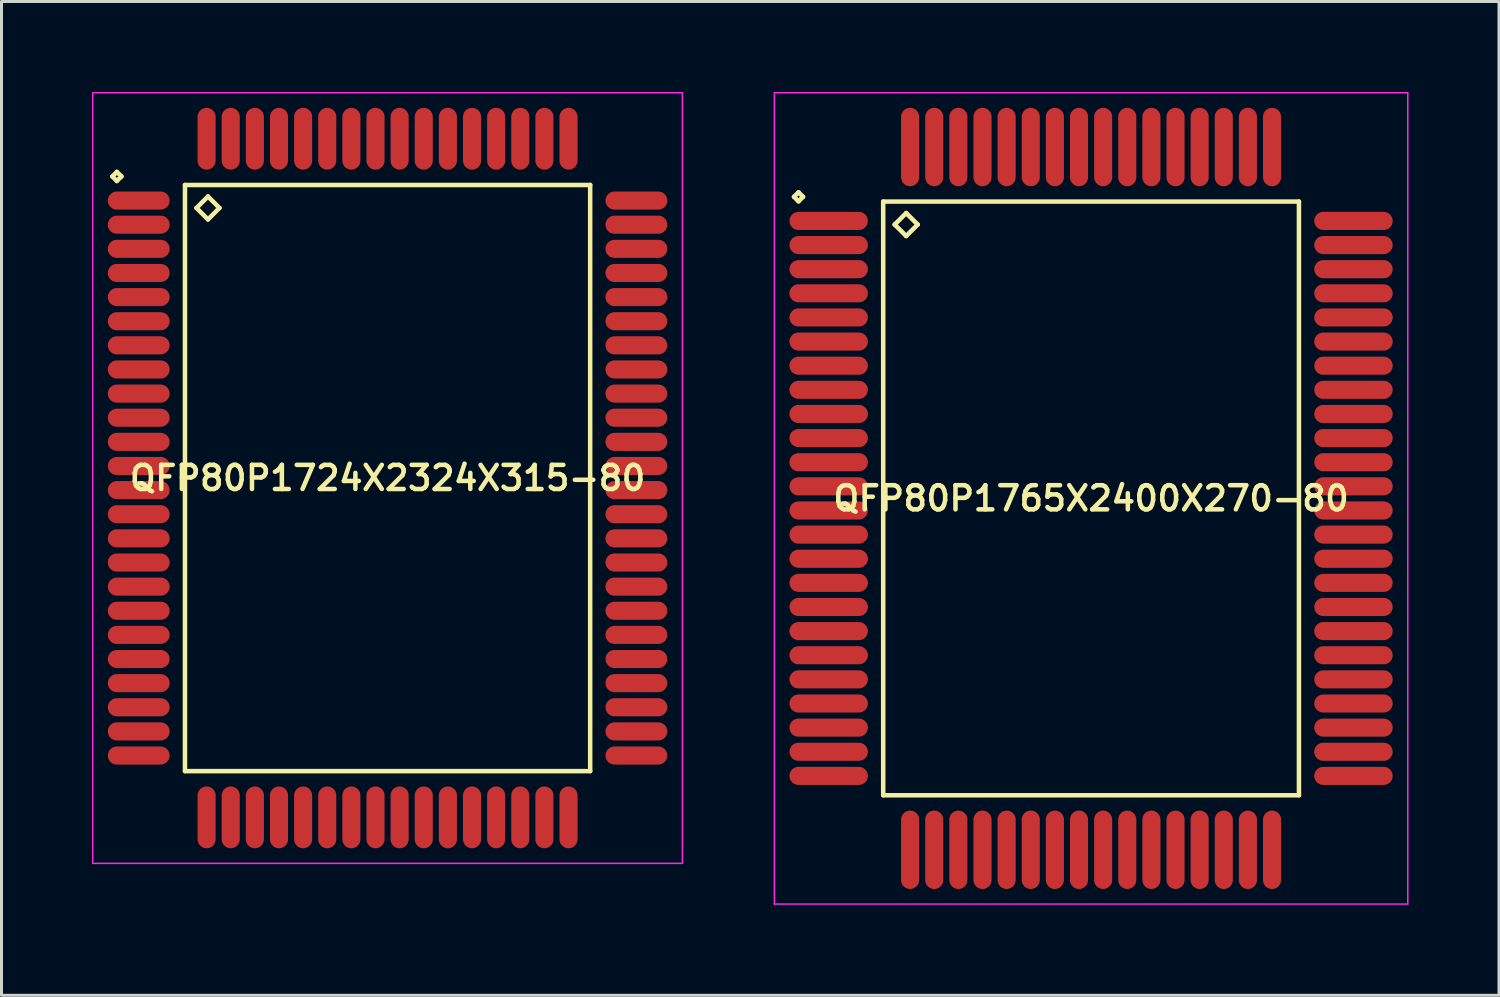
<source format=kicad_pcb>
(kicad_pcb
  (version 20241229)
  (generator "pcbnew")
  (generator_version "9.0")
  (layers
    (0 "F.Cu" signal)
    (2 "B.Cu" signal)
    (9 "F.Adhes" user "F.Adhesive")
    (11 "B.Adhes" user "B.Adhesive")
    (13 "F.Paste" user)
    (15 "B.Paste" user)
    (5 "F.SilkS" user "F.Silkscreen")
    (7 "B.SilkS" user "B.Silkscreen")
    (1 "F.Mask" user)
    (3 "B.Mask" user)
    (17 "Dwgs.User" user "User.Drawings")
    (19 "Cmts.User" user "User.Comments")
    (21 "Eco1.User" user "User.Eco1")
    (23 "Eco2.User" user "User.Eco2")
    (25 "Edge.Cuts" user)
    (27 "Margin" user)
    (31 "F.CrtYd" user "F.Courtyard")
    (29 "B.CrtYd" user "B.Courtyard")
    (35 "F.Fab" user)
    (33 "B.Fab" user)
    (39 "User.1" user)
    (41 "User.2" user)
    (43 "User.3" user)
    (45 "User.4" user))
  (footprint "QFP80P1724X2324X315-80"
    (layer "F.Cu")
    (at 9.8 12.8)
    (property "Reference" "QFP80P1724X2324X315-80" (at 0 0 0) (layer "F.SilkS") (effects (font (size 0.8 0.8) (thickness 0.15))))
    (attr smd)
    (fp_line (start -9.125 -10) (end -8.975 -10.15) (stroke (width 0.15) (type solid)) (layer "F.SilkS"))
    (fp_line (start -8.975 -10.15) (end -8.825 -10) (stroke (width 0.15) (type solid)) (layer "F.SilkS"))
    (fp_line (start -8.975 -9.85) (end -9.125 -10) (stroke (width 0.15) (type solid)) (layer "F.SilkS"))
    (fp_line (start -8.825 -10) (end -8.975 -9.85) (stroke (width 0.15) (type solid)) (layer "F.SilkS"))
    (fp_line (start -6.717 -9.717) (end -6.717 9.717) (stroke (width 0.15) (type solid)) (layer "F.SilkS"))
    (fp_line (start -6.717 9.717) (end 6.717 9.717) (stroke (width 0.15) (type solid)) (layer "F.SilkS"))
    (fp_line (start -6.336 -8.955) (end -5.955 -9.336) (stroke (width 0.15) (type solid)) (layer "F.SilkS"))
    (fp_line (start -5.955 -9.336) (end -5.574 -8.955) (stroke (width 0.15) (type solid)) (layer "F.SilkS"))
    (fp_line (start -5.955 -8.574) (end -6.336 -8.955) (stroke (width 0.15) (type solid)) (layer "F.SilkS"))
    (fp_line (start -5.574 -8.955) (end -5.955 -8.574) (stroke (width 0.15) (type solid)) (layer "F.SilkS"))
    (fp_line (start 6.717 -9.717) (end -6.717 -9.717) (stroke (width 0.15) (type solid)) (layer "F.SilkS"))
    (fp_line (start 6.717 9.717) (end 6.717 -9.717) (stroke (width 0.15) (type solid)) (layer "F.SilkS"))
    (fp_line (start -9.775 -12.775) (end 9.775 -12.775) (stroke (width 0.05) (type solid)) (layer "F.CrtYd"))
    (fp_line (start -9.775 12.775) (end -9.775 -12.775) (stroke (width 0.05) (type solid)) (layer "F.CrtYd"))
    (fp_line (start 9.775 -12.775) (end 9.775 12.775) (stroke (width 0.05) (type solid)) (layer "F.CrtYd"))
    (fp_line (start 9.775 12.775) (end -9.775 12.775) (stroke (width 0.05) (type solid)) (layer "F.CrtYd"))
    (pad "1" smd oval (at -8.25 -9.2) (size 2.05 0.6) (layers "F.Cu" "F.Mask" "F.Paste"))
    (pad "2" smd oval (at -8.25 -8.4) (size 2.05 0.6) (layers "F.Cu" "F.Mask" "F.Paste"))
    (pad "3" smd oval (at -8.25 -7.6) (size 2.05 0.6) (layers "F.Cu" "F.Mask" "F.Paste"))
    (pad "4" smd oval (at -8.25 -6.8) (size 2.05 0.6) (layers "F.Cu" "F.Mask" "F.Paste"))
    (pad "5" smd oval (at -8.25 -6) (size 2.05 0.6) (layers "F.Cu" "F.Mask" "F.Paste"))
    (pad "6" smd oval (at -8.25 -5.2) (size 2.05 0.6) (layers "F.Cu" "F.Mask" "F.Paste"))
    (pad "7" smd oval (at -8.25 -4.4) (size 2.05 0.6) (layers "F.Cu" "F.Mask" "F.Paste"))
    (pad "8" smd oval (at -8.25 -3.6) (size 2.05 0.6) (layers "F.Cu" "F.Mask" "F.Paste"))
    (pad "9" smd oval (at -8.25 -2.8) (size 2.05 0.6) (layers "F.Cu" "F.Mask" "F.Paste"))
    (pad "10" smd oval (at -8.25 -2) (size 2.05 0.6) (layers "F.Cu" "F.Mask" "F.Paste"))
    (pad "11" smd oval (at -8.25 -1.2) (size 2.05 0.6) (layers "F.Cu" "F.Mask" "F.Paste"))
    (pad "12" smd oval (at -8.25 -0.4) (size 2.05 0.6) (layers "F.Cu" "F.Mask" "F.Paste"))
    (pad "13" smd oval (at -8.25 0.4) (size 2.05 0.6) (layers "F.Cu" "F.Mask" "F.Paste"))
    (pad "14" smd oval (at -8.25 1.2) (size 2.05 0.6) (layers "F.Cu" "F.Mask" "F.Paste"))
    (pad "15" smd oval (at -8.25 2) (size 2.05 0.6) (layers "F.Cu" "F.Mask" "F.Paste"))
    (pad "16" smd oval (at -8.25 2.8) (size 2.05 0.6) (layers "F.Cu" "F.Mask" "F.Paste"))
    (pad "17" smd oval (at -8.25 3.6) (size 2.05 0.6) (layers "F.Cu" "F.Mask" "F.Paste"))
    (pad "18" smd oval (at -8.25 4.4) (size 2.05 0.6) (layers "F.Cu" "F.Mask" "F.Paste"))
    (pad "19" smd oval (at -8.25 5.2) (size 2.05 0.6) (layers "F.Cu" "F.Mask" "F.Paste"))
    (pad "20" smd oval (at -8.25 6) (size 2.05 0.6) (layers "F.Cu" "F.Mask" "F.Paste"))
    (pad "21" smd oval (at -8.25 6.8) (size 2.05 0.6) (layers "F.Cu" "F.Mask" "F.Paste"))
    (pad "22" smd oval (at -8.25 7.6) (size 2.05 0.6) (layers "F.Cu" "F.Mask" "F.Paste"))
    (pad "23" smd oval (at -8.25 8.4) (size 2.05 0.6) (layers "F.Cu" "F.Mask" "F.Paste"))
    (pad "24" smd oval (at -8.25 9.2) (size 2.05 0.6) (layers "F.Cu" "F.Mask" "F.Paste"))
    (pad "25" smd oval (at -6 11.25) (size 0.6 2.05) (layers "F.Cu" "F.Mask" "F.Paste"))
    (pad "26" smd oval (at -5.2 11.25) (size 0.6 2.05) (layers "F.Cu" "F.Mask" "F.Paste"))
    (pad "27" smd oval (at -4.4 11.25) (size 0.6 2.05) (layers "F.Cu" "F.Mask" "F.Paste"))
    (pad "28" smd oval (at -3.6 11.25) (size 0.6 2.05) (layers "F.Cu" "F.Mask" "F.Paste"))
    (pad "29" smd oval (at -2.8 11.25) (size 0.6 2.05) (layers "F.Cu" "F.Mask" "F.Paste"))
    (pad "30" smd oval (at -2 11.25) (size 0.6 2.05) (layers "F.Cu" "F.Mask" "F.Paste"))
    (pad "31" smd oval (at -1.2 11.25) (size 0.6 2.05) (layers "F.Cu" "F.Mask" "F.Paste"))
    (pad "32" smd oval (at -0.4 11.25) (size 0.6 2.05) (layers "F.Cu" "F.Mask" "F.Paste"))
    (pad "33" smd oval (at 0.4 11.25) (size 0.6 2.05) (layers "F.Cu" "F.Mask" "F.Paste"))
    (pad "34" smd oval (at 1.2 11.25) (size 0.6 2.05) (layers "F.Cu" "F.Mask" "F.Paste"))
    (pad "35" smd oval (at 2 11.25) (size 0.6 2.05) (layers "F.Cu" "F.Mask" "F.Paste"))
    (pad "36" smd oval (at 2.8 11.25) (size 0.6 2.05) (layers "F.Cu" "F.Mask" "F.Paste"))
    (pad "37" smd oval (at 3.6 11.25) (size 0.6 2.05) (layers "F.Cu" "F.Mask" "F.Paste"))
    (pad "38" smd oval (at 4.4 11.25) (size 0.6 2.05) (layers "F.Cu" "F.Mask" "F.Paste"))
    (pad "39" smd oval (at 5.2 11.25) (size 0.6 2.05) (layers "F.Cu" "F.Mask" "F.Paste"))
    (pad "40" smd oval (at 6 11.25) (size 0.6 2.05) (layers "F.Cu" "F.Mask" "F.Paste"))
    (pad "41" smd oval (at 8.25 9.2) (size 2.05 0.6) (layers "F.Cu" "F.Mask" "F.Paste"))
    (pad "42" smd oval (at 8.25 8.4) (size 2.05 0.6) (layers "F.Cu" "F.Mask" "F.Paste"))
    (pad "43" smd oval (at 8.25 7.6) (size 2.05 0.6) (layers "F.Cu" "F.Mask" "F.Paste"))
    (pad "44" smd oval (at 8.25 6.8) (size 2.05 0.6) (layers "F.Cu" "F.Mask" "F.Paste"))
    (pad "45" smd oval (at 8.25 6) (size 2.05 0.6) (layers "F.Cu" "F.Mask" "F.Paste"))
    (pad "46" smd oval (at 8.25 5.2) (size 2.05 0.6) (layers "F.Cu" "F.Mask" "F.Paste"))
    (pad "47" smd oval (at 8.25 4.4) (size 2.05 0.6) (layers "F.Cu" "F.Mask" "F.Paste"))
    (pad "48" smd oval (at 8.25 3.6) (size 2.05 0.6) (layers "F.Cu" "F.Mask" "F.Paste"))
    (pad "49" smd oval (at 8.25 2.8) (size 2.05 0.6) (layers "F.Cu" "F.Mask" "F.Paste"))
    (pad "50" smd oval (at 8.25 2) (size 2.05 0.6) (layers "F.Cu" "F.Mask" "F.Paste"))
    (pad "51" smd oval (at 8.25 1.2) (size 2.05 0.6) (layers "F.Cu" "F.Mask" "F.Paste"))
    (pad "52" smd oval (at 8.25 0.4) (size 2.05 0.6) (layers "F.Cu" "F.Mask" "F.Paste"))
    (pad "53" smd oval (at 8.25 -0.4) (size 2.05 0.6) (layers "F.Cu" "F.Mask" "F.Paste"))
    (pad "54" smd oval (at 8.25 -1.2) (size 2.05 0.6) (layers "F.Cu" "F.Mask" "F.Paste"))
    (pad "55" smd oval (at 8.25 -2) (size 2.05 0.6) (layers "F.Cu" "F.Mask" "F.Paste"))
    (pad "56" smd oval (at 8.25 -2.8) (size 2.05 0.6) (layers "F.Cu" "F.Mask" "F.Paste"))
    (pad "57" smd oval (at 8.25 -3.6) (size 2.05 0.6) (layers "F.Cu" "F.Mask" "F.Paste"))
    (pad "58" smd oval (at 8.25 -4.4) (size 2.05 0.6) (layers "F.Cu" "F.Mask" "F.Paste"))
    (pad "59" smd oval (at 8.25 -5.2) (size 2.05 0.6) (layers "F.Cu" "F.Mask" "F.Paste"))
    (pad "60" smd oval (at 8.25 -6) (size 2.05 0.6) (layers "F.Cu" "F.Mask" "F.Paste"))
    (pad "61" smd oval (at 8.25 -6.8) (size 2.05 0.6) (layers "F.Cu" "F.Mask" "F.Paste"))
    (pad "62" smd oval (at 8.25 -7.6) (size 2.05 0.6) (layers "F.Cu" "F.Mask" "F.Paste"))
    (pad "63" smd oval (at 8.25 -8.4) (size 2.05 0.6) (layers "F.Cu" "F.Mask" "F.Paste"))
    (pad "64" smd oval (at 8.25 -9.2) (size 2.05 0.6) (layers "F.Cu" "F.Mask" "F.Paste"))
    (pad "65" smd oval (at 6 -11.25) (size 0.6 2.05) (layers "F.Cu" "F.Mask" "F.Paste"))
    (pad "66" smd oval (at 5.2 -11.25) (size 0.6 2.05) (layers "F.Cu" "F.Mask" "F.Paste"))
    (pad "67" smd oval (at 4.4 -11.25) (size 0.6 2.05) (layers "F.Cu" "F.Mask" "F.Paste"))
    (pad "68" smd oval (at 3.6 -11.25) (size 0.6 2.05) (layers "F.Cu" "F.Mask" "F.Paste"))
    (pad "69" smd oval (at 2.8 -11.25) (size 0.6 2.05) (layers "F.Cu" "F.Mask" "F.Paste"))
    (pad "70" smd oval (at 2 -11.25) (size 0.6 2.05) (layers "F.Cu" "F.Mask" "F.Paste"))
    (pad "71" smd oval (at 1.2 -11.25) (size 0.6 2.05) (layers "F.Cu" "F.Mask" "F.Paste"))
    (pad "72" smd oval (at 0.4 -11.25) (size 0.6 2.05) (layers "F.Cu" "F.Mask" "F.Paste"))
    (pad "73" smd oval (at -0.4 -11.25) (size 0.6 2.05) (layers "F.Cu" "F.Mask" "F.Paste"))
    (pad "74" smd oval (at -1.2 -11.25) (size 0.6 2.05) (layers "F.Cu" "F.Mask" "F.Paste"))
    (pad "75" smd oval (at -2 -11.25) (size 0.6 2.05) (layers "F.Cu" "F.Mask" "F.Paste"))
    (pad "76" smd oval (at -2.8 -11.25) (size 0.6 2.05) (layers "F.Cu" "F.Mask" "F.Paste"))
    (pad "77" smd oval (at -3.6 -11.25) (size 0.6 2.05) (layers "F.Cu" "F.Mask" "F.Paste"))
    (pad "78" smd oval (at -4.4 -11.25) (size 0.6 2.05) (layers "F.Cu" "F.Mask" "F.Paste"))
    (pad "79" smd oval (at -5.2 -11.25) (size 0.6 2.05) (layers "F.Cu" "F.Mask" "F.Paste"))
    (pad "80" smd oval (at -6 -11.25) (size 0.6 2.05) (layers "F.Cu" "F.Mask" "F.Paste")))
  (footprint "QFP80P1765X2400X270-80"
    (layer "F.Cu")
    (at 33.125 13.475)
    (property "Reference" "QFP80P1765X2400X270-80" (at 0 0 0) (layer "F.SilkS") (effects (font (size 0.8 0.8) (thickness 0.15))))
    (attr smd)
    (fp_line (start -9.85 -10) (end -9.7 -10.15) (stroke (width 0.15) (type solid)) (layer "F.SilkS"))
    (fp_line (start -9.7 -10.15) (end -9.55 -10) (stroke (width 0.15) (type solid)) (layer "F.SilkS"))
    (fp_line (start -9.7 -9.85) (end -9.85 -10) (stroke (width 0.15) (type solid)) (layer "F.SilkS"))
    (fp_line (start -9.55 -10) (end -9.7 -9.85) (stroke (width 0.15) (type solid)) (layer "F.SilkS"))
    (fp_line (start -6.892 -9.842) (end -6.892 9.842) (stroke (width 0.15) (type solid)) (layer "F.SilkS"))
    (fp_line (start -6.892 9.842) (end 6.892 9.842) (stroke (width 0.15) (type solid)) (layer "F.SilkS"))
    (fp_line (start -6.511 -9.08) (end -6.13 -9.461) (stroke (width 0.15) (type solid)) (layer "F.SilkS"))
    (fp_line (start -6.13 -9.461) (end -5.749 -9.08) (stroke (width 0.15) (type solid)) (layer "F.SilkS"))
    (fp_line (start -6.13 -8.699) (end -6.511 -9.08) (stroke (width 0.15) (type solid)) (layer "F.SilkS"))
    (fp_line (start -5.749 -9.08) (end -6.13 -8.699) (stroke (width 0.15) (type solid)) (layer "F.SilkS"))
    (fp_line (start 6.892 -9.842) (end -6.892 -9.842) (stroke (width 0.15) (type solid)) (layer "F.SilkS"))
    (fp_line (start 6.892 9.842) (end 6.892 -9.842) (stroke (width 0.15) (type solid)) (layer "F.SilkS"))
    (fp_line (start -10.5 -13.45) (end 10.5 -13.45) (stroke (width 0.05) (type solid)) (layer "F.CrtYd"))
    (fp_line (start -10.5 13.45) (end -10.5 -13.45) (stroke (width 0.05) (type solid)) (layer "F.CrtYd"))
    (fp_line (start 10.5 -13.45) (end 10.5 13.45) (stroke (width 0.05) (type solid)) (layer "F.CrtYd"))
    (fp_line (start 10.5 13.45) (end -10.5 13.45) (stroke (width 0.05) (type solid)) (layer "F.CrtYd"))
    (pad "1" smd oval (at -8.7 -9.2) (size 2.6 0.6) (layers "F.Cu" "F.Mask" "F.Paste"))
    (pad "2" smd oval (at -8.7 -8.4) (size 2.6 0.6) (layers "F.Cu" "F.Mask" "F.Paste"))
    (pad "3" smd oval (at -8.7 -7.6) (size 2.6 0.6) (layers "F.Cu" "F.Mask" "F.Paste"))
    (pad "4" smd oval (at -8.7 -6.8) (size 2.6 0.6) (layers "F.Cu" "F.Mask" "F.Paste"))
    (pad "5" smd oval (at -8.7 -6) (size 2.6 0.6) (layers "F.Cu" "F.Mask" "F.Paste"))
    (pad "6" smd oval (at -8.7 -5.2) (size 2.6 0.6) (layers "F.Cu" "F.Mask" "F.Paste"))
    (pad "7" smd oval (at -8.7 -4.4) (size 2.6 0.6) (layers "F.Cu" "F.Mask" "F.Paste"))
    (pad "8" smd oval (at -8.7 -3.6) (size 2.6 0.6) (layers "F.Cu" "F.Mask" "F.Paste"))
    (pad "9" smd oval (at -8.7 -2.8) (size 2.6 0.6) (layers "F.Cu" "F.Mask" "F.Paste"))
    (pad "10" smd oval (at -8.7 -2) (size 2.6 0.6) (layers "F.Cu" "F.Mask" "F.Paste"))
    (pad "11" smd oval (at -8.7 -1.2) (size 2.6 0.6) (layers "F.Cu" "F.Mask" "F.Paste"))
    (pad "12" smd oval (at -8.7 -0.4) (size 2.6 0.6) (layers "F.Cu" "F.Mask" "F.Paste"))
    (pad "13" smd oval (at -8.7 0.4) (size 2.6 0.6) (layers "F.Cu" "F.Mask" "F.Paste"))
    (pad "14" smd oval (at -8.7 1.2) (size 2.6 0.6) (layers "F.Cu" "F.Mask" "F.Paste"))
    (pad "15" smd oval (at -8.7 2) (size 2.6 0.6) (layers "F.Cu" "F.Mask" "F.Paste"))
    (pad "16" smd oval (at -8.7 2.8) (size 2.6 0.6) (layers "F.Cu" "F.Mask" "F.Paste"))
    (pad "17" smd oval (at -8.7 3.6) (size 2.6 0.6) (layers "F.Cu" "F.Mask" "F.Paste"))
    (pad "18" smd oval (at -8.7 4.4) (size 2.6 0.6) (layers "F.Cu" "F.Mask" "F.Paste"))
    (pad "19" smd oval (at -8.7 5.2) (size 2.6 0.6) (layers "F.Cu" "F.Mask" "F.Paste"))
    (pad "20" smd oval (at -8.7 6) (size 2.6 0.6) (layers "F.Cu" "F.Mask" "F.Paste"))
    (pad "21" smd oval (at -8.7 6.8) (size 2.6 0.6) (layers "F.Cu" "F.Mask" "F.Paste"))
    (pad "22" smd oval (at -8.7 7.6) (size 2.6 0.6) (layers "F.Cu" "F.Mask" "F.Paste"))
    (pad "23" smd oval (at -8.7 8.4) (size 2.6 0.6) (layers "F.Cu" "F.Mask" "F.Paste"))
    (pad "24" smd oval (at -8.7 9.2) (size 2.6 0.6) (layers "F.Cu" "F.Mask" "F.Paste"))
    (pad "25" smd oval (at -6 11.65) (size 0.6 2.6) (layers "F.Cu" "F.Mask" "F.Paste"))
    (pad "26" smd oval (at -5.2 11.65) (size 0.6 2.6) (layers "F.Cu" "F.Mask" "F.Paste"))
    (pad "27" smd oval (at -4.4 11.65) (size 0.6 2.6) (layers "F.Cu" "F.Mask" "F.Paste"))
    (pad "28" smd oval (at -3.6 11.65) (size 0.6 2.6) (layers "F.Cu" "F.Mask" "F.Paste"))
    (pad "29" smd oval (at -2.8 11.65) (size 0.6 2.6) (layers "F.Cu" "F.Mask" "F.Paste"))
    (pad "30" smd oval (at -2 11.65) (size 0.6 2.6) (layers "F.Cu" "F.Mask" "F.Paste"))
    (pad "31" smd oval (at -1.2 11.65) (size 0.6 2.6) (layers "F.Cu" "F.Mask" "F.Paste"))
    (pad "32" smd oval (at -0.4 11.65) (size 0.6 2.6) (layers "F.Cu" "F.Mask" "F.Paste"))
    (pad "33" smd oval (at 0.4 11.65) (size 0.6 2.6) (layers "F.Cu" "F.Mask" "F.Paste"))
    (pad "34" smd oval (at 1.2 11.65) (size 0.6 2.6) (layers "F.Cu" "F.Mask" "F.Paste"))
    (pad "35" smd oval (at 2 11.65) (size 0.6 2.6) (layers "F.Cu" "F.Mask" "F.Paste"))
    (pad "36" smd oval (at 2.8 11.65) (size 0.6 2.6) (layers "F.Cu" "F.Mask" "F.Paste"))
    (pad "37" smd oval (at 3.6 11.65) (size 0.6 2.6) (layers "F.Cu" "F.Mask" "F.Paste"))
    (pad "38" smd oval (at 4.4 11.65) (size 0.6 2.6) (layers "F.Cu" "F.Mask" "F.Paste"))
    (pad "39" smd oval (at 5.2 11.65) (size 0.6 2.6) (layers "F.Cu" "F.Mask" "F.Paste"))
    (pad "40" smd oval (at 6 11.65) (size 0.6 2.6) (layers "F.Cu" "F.Mask" "F.Paste"))
    (pad "41" smd oval (at 8.7 9.2) (size 2.6 0.6) (layers "F.Cu" "F.Mask" "F.Paste"))
    (pad "42" smd oval (at 8.7 8.4) (size 2.6 0.6) (layers "F.Cu" "F.Mask" "F.Paste"))
    (pad "43" smd oval (at 8.7 7.6) (size 2.6 0.6) (layers "F.Cu" "F.Mask" "F.Paste"))
    (pad "44" smd oval (at 8.7 6.8) (size 2.6 0.6) (layers "F.Cu" "F.Mask" "F.Paste"))
    (pad "45" smd oval (at 8.7 6) (size 2.6 0.6) (layers "F.Cu" "F.Mask" "F.Paste"))
    (pad "46" smd oval (at 8.7 5.2) (size 2.6 0.6) (layers "F.Cu" "F.Mask" "F.Paste"))
    (pad "47" smd oval (at 8.7 4.4) (size 2.6 0.6) (layers "F.Cu" "F.Mask" "F.Paste"))
    (pad "48" smd oval (at 8.7 3.6) (size 2.6 0.6) (layers "F.Cu" "F.Mask" "F.Paste"))
    (pad "49" smd oval (at 8.7 2.8) (size 2.6 0.6) (layers "F.Cu" "F.Mask" "F.Paste"))
    (pad "50" smd oval (at 8.7 2) (size 2.6 0.6) (layers "F.Cu" "F.Mask" "F.Paste"))
    (pad "51" smd oval (at 8.7 1.2) (size 2.6 0.6) (layers "F.Cu" "F.Mask" "F.Paste"))
    (pad "52" smd oval (at 8.7 0.4) (size 2.6 0.6) (layers "F.Cu" "F.Mask" "F.Paste"))
    (pad "53" smd oval (at 8.7 -0.4) (size 2.6 0.6) (layers "F.Cu" "F.Mask" "F.Paste"))
    (pad "54" smd oval (at 8.7 -1.2) (size 2.6 0.6) (layers "F.Cu" "F.Mask" "F.Paste"))
    (pad "55" smd oval (at 8.7 -2) (size 2.6 0.6) (layers "F.Cu" "F.Mask" "F.Paste"))
    (pad "56" smd oval (at 8.7 -2.8) (size 2.6 0.6) (layers "F.Cu" "F.Mask" "F.Paste"))
    (pad "57" smd oval (at 8.7 -3.6) (size 2.6 0.6) (layers "F.Cu" "F.Mask" "F.Paste"))
    (pad "58" smd oval (at 8.7 -4.4) (size 2.6 0.6) (layers "F.Cu" "F.Mask" "F.Paste"))
    (pad "59" smd oval (at 8.7 -5.2) (size 2.6 0.6) (layers "F.Cu" "F.Mask" "F.Paste"))
    (pad "60" smd oval (at 8.7 -6) (size 2.6 0.6) (layers "F.Cu" "F.Mask" "F.Paste"))
    (pad "61" smd oval (at 8.7 -6.8) (size 2.6 0.6) (layers "F.Cu" "F.Mask" "F.Paste"))
    (pad "62" smd oval (at 8.7 -7.6) (size 2.6 0.6) (layers "F.Cu" "F.Mask" "F.Paste"))
    (pad "63" smd oval (at 8.7 -8.4) (size 2.6 0.6) (layers "F.Cu" "F.Mask" "F.Paste"))
    (pad "64" smd oval (at 8.7 -9.2) (size 2.6 0.6) (layers "F.Cu" "F.Mask" "F.Paste"))
    (pad "65" smd oval (at 6 -11.65) (size 0.6 2.6) (layers "F.Cu" "F.Mask" "F.Paste"))
    (pad "66" smd oval (at 5.2 -11.65) (size 0.6 2.6) (layers "F.Cu" "F.Mask" "F.Paste"))
    (pad "67" smd oval (at 4.4 -11.65) (size 0.6 2.6) (layers "F.Cu" "F.Mask" "F.Paste"))
    (pad "68" smd oval (at 3.6 -11.65) (size 0.6 2.6) (layers "F.Cu" "F.Mask" "F.Paste"))
    (pad "69" smd oval (at 2.8 -11.65) (size 0.6 2.6) (layers "F.Cu" "F.Mask" "F.Paste"))
    (pad "70" smd oval (at 2 -11.65) (size 0.6 2.6) (layers "F.Cu" "F.Mask" "F.Paste"))
    (pad "71" smd oval (at 1.2 -11.65) (size 0.6 2.6) (layers "F.Cu" "F.Mask" "F.Paste"))
    (pad "72" smd oval (at 0.4 -11.65) (size 0.6 2.6) (layers "F.Cu" "F.Mask" "F.Paste"))
    (pad "73" smd oval (at -0.4 -11.65) (size 0.6 2.6) (layers "F.Cu" "F.Mask" "F.Paste"))
    (pad "74" smd oval (at -1.2 -11.65) (size 0.6 2.6) (layers "F.Cu" "F.Mask" "F.Paste"))
    (pad "75" smd oval (at -2 -11.65) (size 0.6 2.6) (layers "F.Cu" "F.Mask" "F.Paste"))
    (pad "76" smd oval (at -2.8 -11.65) (size 0.6 2.6) (layers "F.Cu" "F.Mask" "F.Paste"))
    (pad "77" smd oval (at -3.6 -11.65) (size 0.6 2.6) (layers "F.Cu" "F.Mask" "F.Paste"))
    (pad "78" smd oval (at -4.4 -11.65) (size 0.6 2.6) (layers "F.Cu" "F.Mask" "F.Paste"))
    (pad "79" smd oval (at -5.2 -11.65) (size 0.6 2.6) (layers "F.Cu" "F.Mask" "F.Paste"))
    (pad "80" smd oval (at -6 -11.65) (size 0.6 2.6) (layers "F.Cu" "F.Mask" "F.Paste")))
  (gr_rect
    (start -3 -3)
    (end 46.65 29.95)
    (stroke (width 0.1) (type default))
    (fill no)
    (layer "Edge.Cuts")))
</source>
